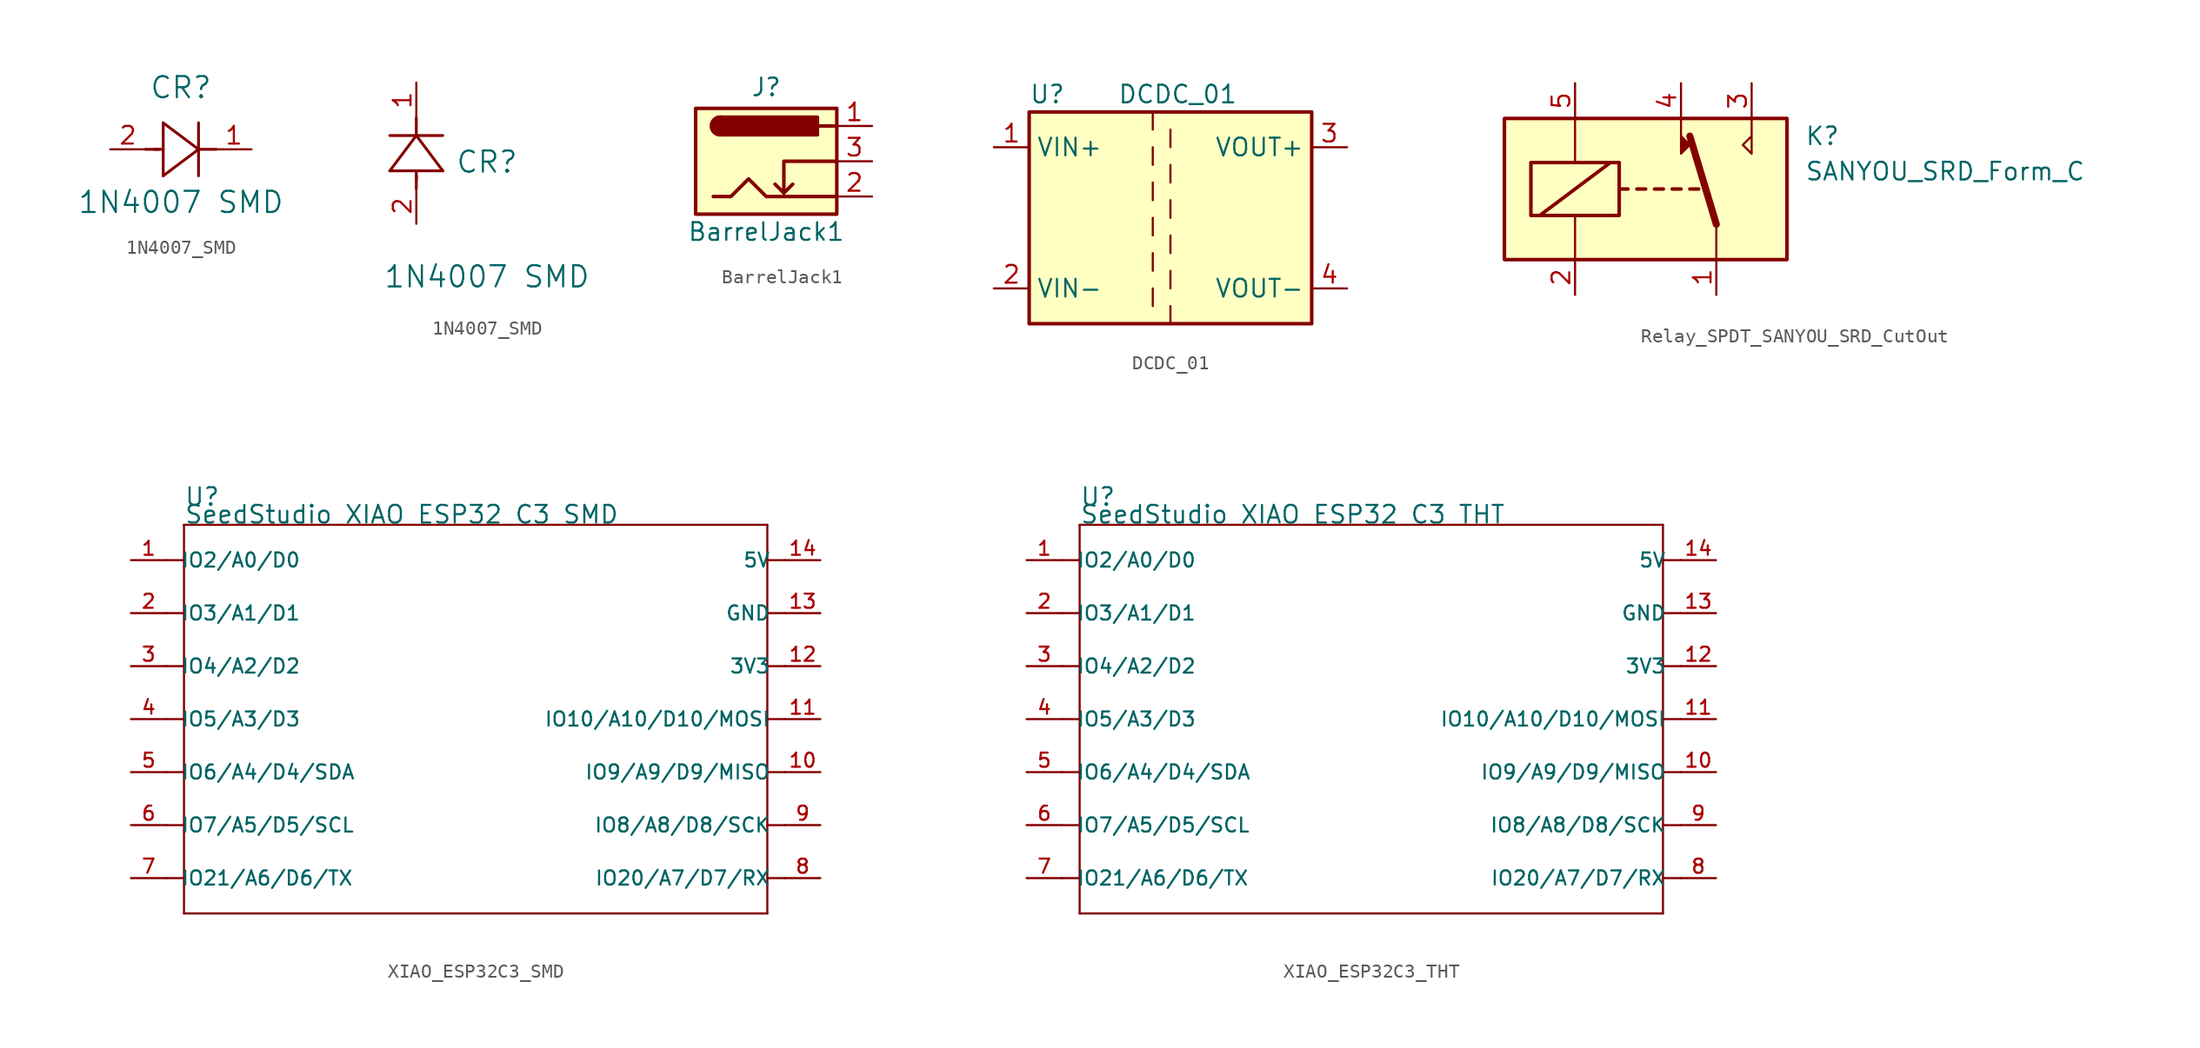
<source format=kicad_sym>
(kicad_symbol_lib
  (version 20220914)
  (generator kicad_symbol_editor)
  (symbol "1N4007_SMD"
    (pin_names
      (offset 0.254))
    (property "Reference" "CR"
      (at 5.08 4.445 0)
      (effects (font (size 1.524 1.524))))
    (property "Value" "1N4007 SMD"
      (at 5.08 -3.81 0)
      (effects (font (size 1.524 1.524))))
    (property "ki_locked" ""
      (at 0 0 0)
      (effects (font (size 1.27 1.27))))
    (symbol "1N4007_SMD_1_1"
      (polyline (pts (xy 2.54 0) (xy 3.48 0)) (stroke (width 0.203) (type default)) (fill (type none)))
      (polyline (pts (xy 3.175 0) (xy 3.81 0)) (stroke (width 0.203) (type default)) (fill (type none)))
      (polyline (pts (xy 3.81 -1.905) (xy 6.35 0)) (stroke (width 0.203) (type default)) (fill (type none)))
      (polyline (pts (xy 3.81 1.905) (xy 3.81 -1.905)) (stroke (width 0.203) (type default)) (fill (type none)))
      (polyline (pts (xy 6.35 -1.905) (xy 6.35 1.905)) (stroke (width 0.203) (type default)) (fill (type none)))
      (polyline (pts (xy 6.35 0) (xy 3.81 1.905)) (stroke (width 0.203) (type default)) (fill (type none)))
      (polyline (pts (xy 6.35 0) (xy 7.62 0)) (stroke (width 0.203) (type default)) (fill (type none)))
      (pin passive line (at 10.16 0 180) (length 2.54) (name "" (effects (font (size 1.27 1.27)))) (number "1" (effects (font (size 1.27 1.27)))))
      (pin passive line (at 0 0 0) (length 2.54) (name "" (effects (font (size 1.27 1.27)))) (number "2" (effects (font (size 1.27 1.27))))))
    (symbol "1N4007_SMD_1_2"
      (polyline (pts (xy -1.905 3.81) (xy 1.905 3.81)) (stroke (width 0.203) (type default)) (fill (type none)))
      (polyline (pts (xy 0 2.54) (xy 0 3.48)) (stroke (width 0.203) (type default)) (fill (type none)))
      (polyline (pts (xy 0 3.175) (xy 0 3.81)) (stroke (width 0.203) (type default)) (fill (type none)))
      (polyline (pts (xy 0 6.35) (xy -1.905 3.81)) (stroke (width 0.203) (type default)) (fill (type none)))
      (polyline (pts (xy 0 6.35) (xy 0 7.62)) (stroke (width 0.203) (type default)) (fill (type none)))
      (polyline (pts (xy 1.905 3.81) (xy 0 6.35)) (stroke (width 0.203) (type default)) (fill (type none)))
      (polyline (pts (xy 1.905 6.35) (xy -1.905 6.35)) (stroke (width 0.203) (type default)) (fill (type none)))
      (pin unspecified line (at 0 10.16 270) (length 2.54) (name "" (effects (font (size 1.27 1.27)))) (number "1" (effects (font (size 1.27 1.27)))))
      (pin unspecified line (at 0 0 90) (length 2.54) (name "" (effects (font (size 1.27 1.27)))) (number "2" (effects (font (size 1.27 1.27)))))))
  (symbol "BarrelJack1"
    (pin_names hide)
    (property "Reference" "J"
      (at 0 5.334 0)
      (effects (font (size 1.27 1.27))))
    (property "Value" "BarrelJack1"
      (at 0 -5.08 0)
      (effects (font (size 1.27 1.27))))
    (symbol "BarrelJack1_0_1"
      (rectangle (start -5.08 3.81) (end 5.08 -3.81) (stroke (width 0.254) (type default)) (fill (type background)))
      (arc (start -3.302 3.175) (mid -3.9343 2.54) (end -3.302 1.905) (stroke (width 0.254) (type default)) (fill (type none)))
      (arc (start -3.302 3.175) (mid -3.9343 2.54) (end -3.302 1.905) (stroke (width 0.254) (type default)) (fill (type outline)))
      (polyline (pts (xy 1.27 -2.286) (xy 1.905 -1.651)) (stroke (width 0.254) (type default)) (fill (type none)))
      (polyline (pts (xy 5.08 2.54) (xy 3.81 2.54)) (stroke (width 0.254) (type default)) (fill (type none)))
      (polyline (pts (xy 5.08 0) (xy 1.27 0) (xy 1.27 -2.286) (xy 0.635 -1.651)) (stroke (width 0.254) (type default)) (fill (type none)))
      (polyline (pts (xy -3.81 -2.54) (xy -2.54 -2.54) (xy -1.27 -1.27) (xy 0 -2.54) (xy 2.54 -2.54) (xy 5.08 -2.54)) (stroke (width 0.254) (type default)) (fill (type none)))
      (rectangle (start 3.683 3.175) (end -3.302 1.905) (stroke (width 0.254) (type default)) (fill (type outline))))
    (symbol "BarrelJack1_1_1"
      (pin passive line (at 7.62 2.54 180) (length 2.54) (name "~" (effects (font (size 1.27 1.27)))) (number "1" (effects (font (size 1.27 1.27)))))
      (pin passive line (at 7.62 -2.54 180) (length 2.54) (name "~" (effects (font (size 1.27 1.27)))) (number "2" (effects (font (size 1.27 1.27)))))
      (pin passive line (at 7.62 0 180) (length 2.54) (name "~" (effects (font (size 1.27 1.27)))) (number "3" (effects (font (size 1.27 1.27)))))))
  (symbol "DCDC_01"
    (property "Reference" "U"
      (at -10.16 8.89 0)
      (effects (font (size 1.27 1.27)) (justify left)))
    (property "Value" "DCDC_01"
      (at -3.81 8.89 0)
      (effects (font (size 1.27 1.27)) (justify left)))
    (symbol "DCDC_01_0_1"
      (rectangle (start -10.16 7.62) (end 10.16 -7.62) (stroke (width 0.254) (type solid)) (fill (type background)))
      (polyline (pts (xy -1.27 -5.08) (xy -1.27 -6.35)) (stroke (width 0) (type solid)) (fill (type none)))
      (polyline (pts (xy -1.27 -2.54) (xy -1.27 -3.81)) (stroke (width 0) (type solid)) (fill (type none)))
      (polyline (pts (xy -1.27 0) (xy -1.27 -1.27)) (stroke (width 0) (type solid)) (fill (type none)))
      (polyline (pts (xy -1.27 2.54) (xy -1.27 1.27)) (stroke (width 0) (type solid)) (fill (type none)))
      (polyline (pts (xy -1.27 5.08) (xy -1.27 3.81)) (stroke (width 0) (type solid)) (fill (type none)))
      (polyline (pts (xy -1.27 7.62) (xy -1.27 6.35)) (stroke (width 0) (type solid)) (fill (type none)))
      (polyline (pts (xy 0 -7.62) (xy 0 -6.35)) (stroke (width 0) (type solid)) (fill (type none)))
      (polyline (pts (xy 0 -5.08) (xy 0 -3.81)) (stroke (width 0) (type solid)) (fill (type none)))
      (polyline (pts (xy 0 -1.27) (xy 0 -2.54)) (stroke (width 0) (type solid)) (fill (type none)))
      (polyline (pts (xy 0 0) (xy 0 1.27)) (stroke (width 0) (type solid)) (fill (type none)))
      (polyline (pts (xy 0 2.54) (xy 0 3.81)) (stroke (width 0) (type solid)) (fill (type none)))
      (polyline (pts (xy 0 5.08) (xy 0 6.35)) (stroke (width 0) (type solid)) (fill (type none))))
    (symbol "DCDC_01_1_1"
      (pin power_in line (at -12.7 5.08 0) (length 2.54) (name "VIN+" (effects (font (size 1.27 1.27)))) (number "1" (effects (font (size 1.27 1.27)))))
      (pin power_in line (at -12.7 -5.08 0) (length 2.54) (name "VIN-" (effects (font (size 1.27 1.27)))) (number "2" (effects (font (size 1.27 1.27)))))
      (pin power_out line (at 12.7 5.08 180) (length 2.54) (name "VOUT+" (effects (font (size 1.27 1.27)))) (number "3" (effects (font (size 1.27 1.27)))))
      (pin power_out line (at 12.7 -5.08 180) (length 2.54) (name "VOUT-" (effects (font (size 1.27 1.27)))) (number "4" (effects (font (size 1.27 1.27)))))))
  (symbol "Relay_SPDT_SANYOU_SRD_CutOut"
    (property "Reference" "K"
      (at 11.43 3.81 0)
      (effects (font (size 1.27 1.27)) (justify left)))
    (property "Value" "SANYOU_SRD_Form_C"
      (at 11.43 1.27 0)
      (effects (font (size 1.27 1.27)) (justify left)))
    (symbol "Relay_SPDT_SANYOU_SRD_CutOut_0_0"
      (polyline (pts (xy 7.62 5.08) (xy 7.62 2.54) (xy 6.985 3.175) (xy 7.62 3.81)) (stroke (width 0) (type default)) (fill (type none))))
    (symbol "Relay_SPDT_SANYOU_SRD_CutOut_0_1"
      (rectangle (start -10.16 5.08) (end 10.16 -5.08) (stroke (width 0.254) (type default)) (fill (type background)))
      (rectangle (start -8.255 1.905) (end -1.905 -1.905) (stroke (width 0.254) (type default)) (fill (type none)))
      (polyline (pts (xy -7.62 -1.905) (xy -2.54 1.905)) (stroke (width 0.254) (type default)) (fill (type none)))
      (polyline (pts (xy -5.08 -5.08) (xy -5.08 -1.905)) (stroke (width 0) (type default)) (fill (type none)))
      (polyline (pts (xy -5.08 5.08) (xy -5.08 1.905)) (stroke (width 0) (type default)) (fill (type none)))
      (polyline (pts (xy -1.905 0) (xy -1.27 0)) (stroke (width 0.254) (type default)) (fill (type none)))
      (polyline (pts (xy -0.635 0) (xy 0 0)) (stroke (width 0.254) (type default)) (fill (type none)))
      (polyline (pts (xy 0.635 0) (xy 1.27 0)) (stroke (width 0.254) (type default)) (fill (type none)))
      (polyline (pts (xy 1.905 0) (xy 2.54 0)) (stroke (width 0.254) (type default)) (fill (type none)))
      (polyline (pts (xy 3.175 0) (xy 3.81 0)) (stroke (width 0.254) (type default)) (fill (type none)))
      (polyline (pts (xy 5.08 -2.54) (xy 3.175 3.81)) (stroke (width 0.508) (type default)) (fill (type none)))
      (polyline (pts (xy 5.08 -2.54) (xy 5.08 -5.08)) (stroke (width 0) (type default)) (fill (type none))))
    (symbol "Relay_SPDT_SANYOU_SRD_CutOut_1_1"
      (polyline (pts (xy 2.54 3.81) (xy 3.175 3.175) (xy 2.54 2.54) (xy 2.54 5.08)) (stroke (width 0) (type default)) (fill (type outline)))
      (pin passive line (at 5.08 -7.62 90) (length 2.54) (name "~" (effects (font (size 1.27 1.27)))) (number "1" (effects (font (size 1.27 1.27)))))
      (pin passive line (at -5.08 -7.62 90) (length 2.54) (name "~" (effects (font (size 1.27 1.27)))) (number "2" (effects (font (size 1.27 1.27)))))
      (pin passive line (at 7.62 7.62 270) (length 2.54) (name "~" (effects (font (size 1.27 1.27)))) (number "3" (effects (font (size 1.27 1.27)))))
      (pin passive line (at 2.54 7.62 270) (length 2.54) (name "~" (effects (font (size 1.27 1.27)))) (number "4" (effects (font (size 1.27 1.27)))))
      (pin passive line (at -5.08 7.62 270) (length 2.54) (name "~" (effects (font (size 1.27 1.27)))) (number "5" (effects (font (size 1.27 1.27)))))))
  (symbol "XIAO_ESP32C3_SMD"
    (pin_names
      (offset 1.016))
    (property "Reference" "U"
      (at -21.59 15.24 0)
      (effects (font (size 1.27 1.27)) (justify left bottom)))
    (property "Value" "SeedStudio XIAO ESP32 C3 SMD"
      (at -21.59 13.97 0)
      (effects (font (size 1.27 1.27)) (justify left bottom)))
    (symbol "XIAO_ESP32C3_SMD_0_1"
      (polyline (pts (xy -21.59 -13.97) (xy -21.59 0)) (stroke (width 0.152) (type default)) (fill (type none)))
      (polyline (pts (xy -21.59 -11.43) (xy -22.86 -11.43)) (stroke (width 0.152) (type default)) (fill (type none)))
      (polyline (pts (xy -21.59 -7.62) (xy -22.86 -7.62)) (stroke (width 0.152) (type default)) (fill (type none)))
      (polyline (pts (xy -21.59 -3.81) (xy -22.86 -3.81)) (stroke (width 0.152) (type default)) (fill (type none)))
      (polyline (pts (xy -21.59 0) (xy -22.86 0)) (stroke (width 0.152) (type default)) (fill (type none)))
      (polyline (pts (xy -21.59 0) (xy -21.59 3.81)) (stroke (width 0.152) (type default)) (fill (type none)))
      (polyline (pts (xy -21.59 3.81) (xy -22.86 3.81)) (stroke (width 0.152) (type default)) (fill (type none)))
      (polyline (pts (xy -21.59 3.81) (xy -21.59 7.62)) (stroke (width 0.152) (type default)) (fill (type none)))
      (polyline (pts (xy -21.59 7.62) (xy -22.86 7.62)) (stroke (width 0.152) (type default)) (fill (type none)))
      (polyline (pts (xy -21.59 7.62) (xy -21.59 11.43)) (stroke (width 0.152) (type default)) (fill (type none)))
      (polyline (pts (xy -21.59 11.43) (xy -22.86 11.43)) (stroke (width 0.152) (type default)) (fill (type none)))
      (polyline (pts (xy -21.59 11.43) (xy -21.59 13.97)) (stroke (width 0.152) (type default)) (fill (type none)))
      (polyline (pts (xy -21.59 13.97) (xy 20.32 13.97)) (stroke (width 0.152) (type default)) (fill (type none)))
      (polyline (pts (xy 20.32 -13.97) (xy -21.59 -13.97)) (stroke (width 0.152) (type default)) (fill (type none)))
      (polyline (pts (xy 20.32 3.81) (xy 20.32 -13.97)) (stroke (width 0.152) (type default)) (fill (type none)))
      (polyline (pts (xy 20.32 7.62) (xy 20.32 3.81)) (stroke (width 0.152) (type default)) (fill (type none)))
      (polyline (pts (xy 20.32 11.43) (xy 20.32 7.62)) (stroke (width 0.152) (type default)) (fill (type none)))
      (polyline (pts (xy 20.32 13.97) (xy 20.32 11.43)) (stroke (width 0.152) (type default)) (fill (type none)))
      (polyline (pts (xy 21.59 -11.43) (xy 20.32 -11.43)) (stroke (width 0.152) (type default)) (fill (type none)))
      (polyline (pts (xy 21.59 -7.62) (xy 20.32 -7.62)) (stroke (width 0.152) (type default)) (fill (type none)))
      (polyline (pts (xy 21.59 -3.81) (xy 20.32 -3.81)) (stroke (width 0.152) (type default)) (fill (type none)))
      (polyline (pts (xy 21.59 0) (xy 20.32 0)) (stroke (width 0.152) (type default)) (fill (type none)))
      (polyline (pts (xy 21.59 3.81) (xy 20.32 3.81)) (stroke (width 0.152) (type default)) (fill (type none)))
      (polyline (pts (xy 21.59 7.62) (xy 20.32 7.62)) (stroke (width 0.152) (type default)) (fill (type none)))
      (polyline (pts (xy 21.59 11.43) (xy 20.32 11.43)) (stroke (width 0.152) (type default)) (fill (type none)))
      (pin bidirectional line (at -25.4 11.43 0) (length 2.54) (name "IO2/A0/D0" (effects (font (size 1.016 1.016)))) (number "1" (effects (font (size 1.016 1.016)))))
      (pin bidirectional line (at 24.13 -3.81 180) (length 2.54) (name "IO9/A9/D9/MISO" (effects (font (size 1.016 1.016)))) (number "10" (effects (font (size 1.016 1.016)))))
      (pin bidirectional line (at 24.13 0 180) (length 2.54) (name "IO10/A10/D10/MOSI" (effects (font (size 1.016 1.016)))) (number "11" (effects (font (size 1.016 1.016)))))
      (pin bidirectional line (at 24.13 3.81 180) (length 2.54) (name "3V3" (effects (font (size 1.016 1.016)))) (number "12" (effects (font (size 1.016 1.016)))))
      (pin bidirectional line (at 24.13 7.62 180) (length 2.54) (name "GND" (effects (font (size 1.016 1.016)))) (number "13" (effects (font (size 1.016 1.016)))))
      (pin bidirectional line (at 24.13 11.43 180) (length 2.54) (name "5V" (effects (font (size 1.016 1.016)))) (number "14" (effects (font (size 1.016 1.016)))))
      (pin bidirectional line (at -25.4 7.62 0) (length 2.54) (name "IO3/A1/D1" (effects (font (size 1.016 1.016)))) (number "2" (effects (font (size 1.016 1.016)))))
      (pin bidirectional line (at -25.4 3.81 0) (length 2.54) (name "IO4/A2/D2" (effects (font (size 1.016 1.016)))) (number "3" (effects (font (size 1.016 1.016)))))
      (pin bidirectional line (at -25.4 0 0) (length 2.54) (name "IO5/A3/D3" (effects (font (size 1.016 1.016)))) (number "4" (effects (font (size 1.016 1.016)))))
      (pin bidirectional line (at -25.4 -3.81 0) (length 2.54) (name "IO6/A4/D4/SDA" (effects (font (size 1.016 1.016)))) (number "5" (effects (font (size 1.016 1.016)))))
      (pin bidirectional line (at -25.4 -7.62 0) (length 2.54) (name "IO7/A5/D5/SCL" (effects (font (size 1.016 1.016)))) (number "6" (effects (font (size 1.016 1.016)))))
      (pin bidirectional line (at -25.4 -11.43 0) (length 2.54) (name "IO21/A6/D6/TX" (effects (font (size 1.016 1.016)))) (number "7" (effects (font (size 1.016 1.016)))))
      (pin bidirectional line (at 24.13 -11.43 180) (length 2.54) (name "IO20/A7/D7/RX" (effects (font (size 1.016 1.016)))) (number "8" (effects (font (size 1.016 1.016)))))
      (pin bidirectional line (at 24.13 -7.62 180) (length 2.54) (name "IO8/A8/D8/SCK" (effects (font (size 1.016 1.016)))) (number "9" (effects (font (size 1.016 1.016)))))))
  (symbol "XIAO_ESP32C3_THT"
    (pin_names
      (offset 1.016))
    (property "Reference" "U"
      (at -21.59 15.24 0)
      (effects (font (size 1.27 1.27)) (justify left bottom)))
    (property "Value" "SeedStudio XIAO ESP32 C3 THT"
      (at -21.59 13.97 0)
      (effects (font (size 1.27 1.27)) (justify left bottom)))
    (symbol "XIAO_ESP32C3_THT_0_1"
      (polyline (pts (xy -21.59 -13.97) (xy -21.59 0)) (stroke (width 0.152) (type default)) (fill (type none)))
      (polyline (pts (xy -21.59 -11.43) (xy -22.86 -11.43)) (stroke (width 0.152) (type default)) (fill (type none)))
      (polyline (pts (xy -21.59 -7.62) (xy -22.86 -7.62)) (stroke (width 0.152) (type default)) (fill (type none)))
      (polyline (pts (xy -21.59 -3.81) (xy -22.86 -3.81)) (stroke (width 0.152) (type default)) (fill (type none)))
      (polyline (pts (xy -21.59 0) (xy -22.86 0)) (stroke (width 0.152) (type default)) (fill (type none)))
      (polyline (pts (xy -21.59 0) (xy -21.59 3.81)) (stroke (width 0.152) (type default)) (fill (type none)))
      (polyline (pts (xy -21.59 3.81) (xy -22.86 3.81)) (stroke (width 0.152) (type default)) (fill (type none)))
      (polyline (pts (xy -21.59 3.81) (xy -21.59 7.62)) (stroke (width 0.152) (type default)) (fill (type none)))
      (polyline (pts (xy -21.59 7.62) (xy -22.86 7.62)) (stroke (width 0.152) (type default)) (fill (type none)))
      (polyline (pts (xy -21.59 7.62) (xy -21.59 11.43)) (stroke (width 0.152) (type default)) (fill (type none)))
      (polyline (pts (xy -21.59 11.43) (xy -22.86 11.43)) (stroke (width 0.152) (type default)) (fill (type none)))
      (polyline (pts (xy -21.59 11.43) (xy -21.59 13.97)) (stroke (width 0.152) (type default)) (fill (type none)))
      (polyline (pts (xy -21.59 13.97) (xy 20.32 13.97)) (stroke (width 0.152) (type default)) (fill (type none)))
      (polyline (pts (xy 20.32 -13.97) (xy -21.59 -13.97)) (stroke (width 0.152) (type default)) (fill (type none)))
      (polyline (pts (xy 20.32 3.81) (xy 20.32 -13.97)) (stroke (width 0.152) (type default)) (fill (type none)))
      (polyline (pts (xy 20.32 7.62) (xy 20.32 3.81)) (stroke (width 0.152) (type default)) (fill (type none)))
      (polyline (pts (xy 20.32 11.43) (xy 20.32 7.62)) (stroke (width 0.152) (type default)) (fill (type none)))
      (polyline (pts (xy 20.32 13.97) (xy 20.32 11.43)) (stroke (width 0.152) (type default)) (fill (type none)))
      (polyline (pts (xy 21.59 -11.43) (xy 20.32 -11.43)) (stroke (width 0.152) (type default)) (fill (type none)))
      (polyline (pts (xy 21.59 -7.62) (xy 20.32 -7.62)) (stroke (width 0.152) (type default)) (fill (type none)))
      (polyline (pts (xy 21.59 -3.81) (xy 20.32 -3.81)) (stroke (width 0.152) (type default)) (fill (type none)))
      (polyline (pts (xy 21.59 0) (xy 20.32 0)) (stroke (width 0.152) (type default)) (fill (type none)))
      (polyline (pts (xy 21.59 3.81) (xy 20.32 3.81)) (stroke (width 0.152) (type default)) (fill (type none)))
      (polyline (pts (xy 21.59 7.62) (xy 20.32 7.62)) (stroke (width 0.152) (type default)) (fill (type none)))
      (polyline (pts (xy 21.59 11.43) (xy 20.32 11.43)) (stroke (width 0.152) (type default)) (fill (type none)))
      (pin bidirectional line (at -25.4 11.43 0) (length 2.54) (name "IO2/A0/D0" (effects (font (size 1.016 1.016)))) (number "1" (effects (font (size 1.016 1.016)))))
      (pin bidirectional line (at 24.13 -3.81 180) (length 2.54) (name "IO9/A9/D9/MISO" (effects (font (size 1.016 1.016)))) (number "10" (effects (font (size 1.016 1.016)))))
      (pin bidirectional line (at 24.13 0 180) (length 2.54) (name "IO10/A10/D10/MOSI" (effects (font (size 1.016 1.016)))) (number "11" (effects (font (size 1.016 1.016)))))
      (pin bidirectional line (at 24.13 3.81 180) (length 2.54) (name "3V3" (effects (font (size 1.016 1.016)))) (number "12" (effects (font (size 1.016 1.016)))))
      (pin bidirectional line (at 24.13 7.62 180) (length 2.54) (name "GND" (effects (font (size 1.016 1.016)))) (number "13" (effects (font (size 1.016 1.016)))))
      (pin bidirectional line (at 24.13 11.43 180) (length 2.54) (name "5V" (effects (font (size 1.016 1.016)))) (number "14" (effects (font (size 1.016 1.016)))))
      (pin bidirectional line (at -25.4 7.62 0) (length 2.54) (name "IO3/A1/D1" (effects (font (size 1.016 1.016)))) (number "2" (effects (font (size 1.016 1.016)))))
      (pin bidirectional line (at -25.4 3.81 0) (length 2.54) (name "IO4/A2/D2" (effects (font (size 1.016 1.016)))) (number "3" (effects (font (size 1.016 1.016)))))
      (pin bidirectional line (at -25.4 0 0) (length 2.54) (name "IO5/A3/D3" (effects (font (size 1.016 1.016)))) (number "4" (effects (font (size 1.016 1.016)))))
      (pin bidirectional line (at -25.4 -3.81 0) (length 2.54) (name "IO6/A4/D4/SDA" (effects (font (size 1.016 1.016)))) (number "5" (effects (font (size 1.016 1.016)))))
      (pin bidirectional line (at -25.4 -7.62 0) (length 2.54) (name "IO7/A5/D5/SCL" (effects (font (size 1.016 1.016)))) (number "6" (effects (font (size 1.016 1.016)))))
      (pin bidirectional line (at -25.4 -11.43 0) (length 2.54) (name "IO21/A6/D6/TX" (effects (font (size 1.016 1.016)))) (number "7" (effects (font (size 1.016 1.016)))))
      (pin bidirectional line (at 24.13 -11.43 180) (length 2.54) (name "IO20/A7/D7/RX" (effects (font (size 1.016 1.016)))) (number "8" (effects (font (size 1.016 1.016)))))
      (pin bidirectional line (at 24.13 -7.62 180) (length 2.54) (name "IO8/A8/D8/SCK" (effects (font (size 1.016 1.016)))) (number "9" (effects (font (size 1.016 1.016))))))))
</source>
